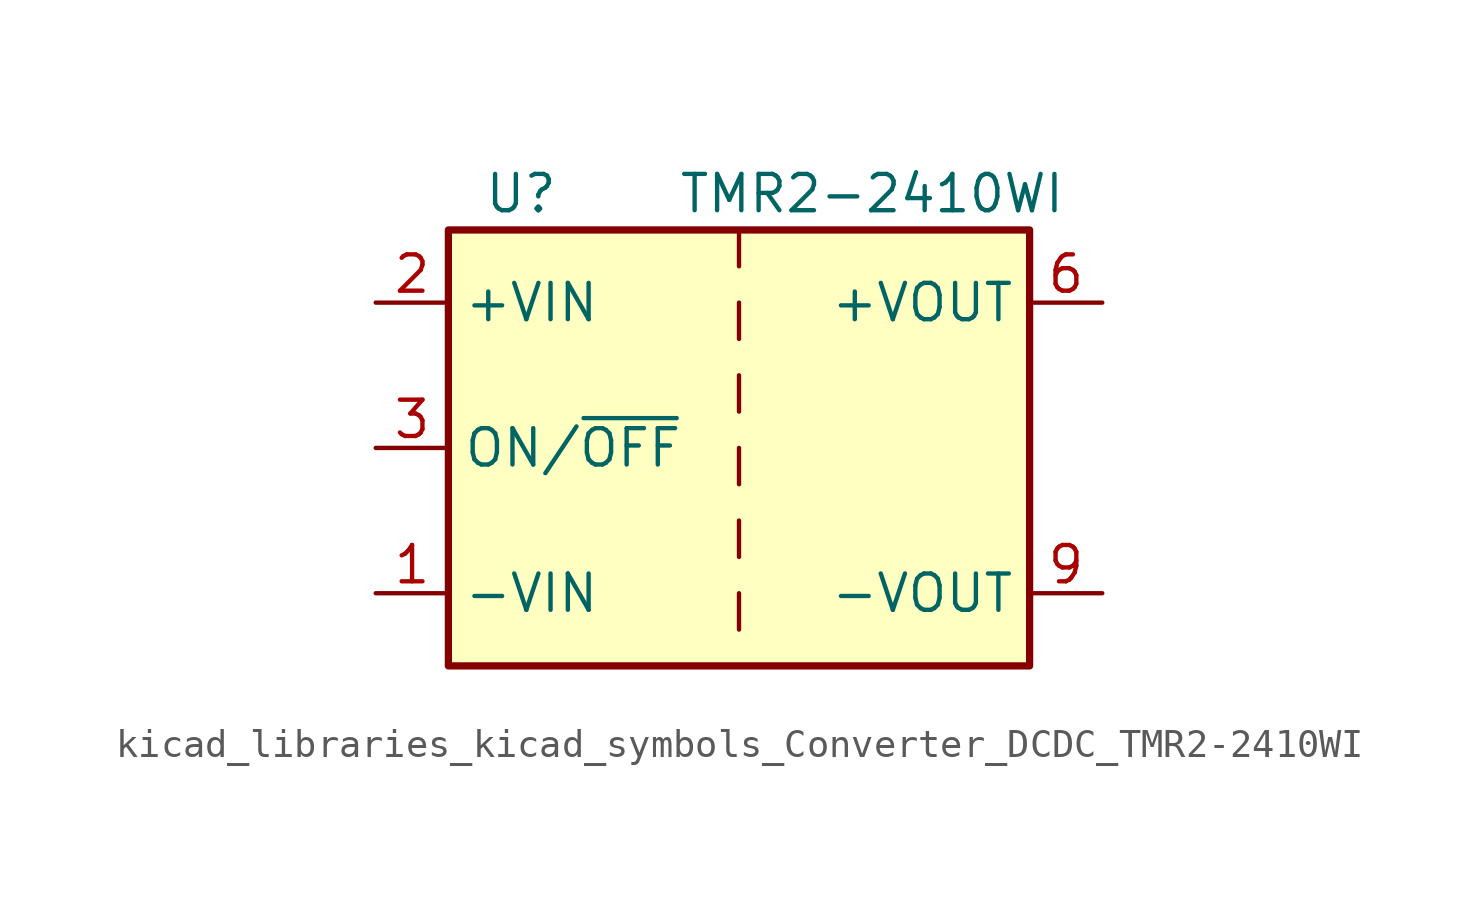
<source format=kicad_sym>
(kicad_symbol_lib
  (version 20220914)
  (generator kicad_symbol_editor)
  (symbol "kicad_libraries_kicad_symbols_Converter_DCDC_TMR2-2410WI"
    (property "Reference" "U"
      (at -7.62 8.89 0)
      (effects (font (size 1.27 1.27))))
    (property "Value" "TMR2-2410WI"
      (at 11.43 8.89 0)
      (effects (font (size 1.27 1.27)) (justify right)))
    (symbol "kicad_libraries_kicad_symbols_Converter_DCDC_TMR2-2410WI_0_1"
      (rectangle (start -10.16 7.62) (end 10.16 -7.62) (stroke (width 0.254) (type default)) (fill (type background)))
      (polyline (pts (xy 0 -5.08) (xy 0 -6.35)) (stroke (width 0) (type default)) (fill (type none)))
      (polyline (pts (xy 0 -2.54) (xy 0 -3.81)) (stroke (width 0) (type default)) (fill (type none)))
      (polyline (pts (xy 0 0) (xy 0 -1.27)) (stroke (width 0) (type default)) (fill (type none)))
      (polyline (pts (xy 0 2.54) (xy 0 1.27)) (stroke (width 0) (type default)) (fill (type none)))
      (polyline (pts (xy 0 5.08) (xy 0 3.81)) (stroke (width 0) (type default)) (fill (type none)))
      (polyline (pts (xy 0 7.62) (xy 0 6.35)) (stroke (width 0) (type default)) (fill (type none))))
    (symbol "kicad_libraries_kicad_symbols_Converter_DCDC_TMR2-2410WI_1_1"
      (pin power_in line (at -12.7 -5.08 0) (length 2.54) (name "-VIN" (effects (font (size 1.27 1.27)))) (number "1" (effects (font (size 1.27 1.27)))))
      (pin power_in line (at -12.7 5.08 0) (length 2.54) (name "+VIN" (effects (font (size 1.27 1.27)))) (number "2" (effects (font (size 1.27 1.27)))))
      (pin input line (at -12.7 0 0) (length 2.54) (name "ON/~{OFF}" (effects (font (size 1.27 1.27)))) (number "3" (effects (font (size 1.27 1.27)))))
      (pin power_out line (at 12.7 5.08 180) (length 2.54) (name "+VOUT" (effects (font (size 1.27 1.27)))) (number "6" (effects (font (size 1.27 1.27)))))
      (pin no_connect line (at 10.16 2.54 180) (length 2.54) hide (name "NC" (effects (font (size 1.27 1.27)))) (number "7" (effects (font (size 1.27 1.27)))))
      (pin no_connect line (at 10.16 0 180) (length 2.54) hide (name "NC" (effects (font (size 1.27 1.27)))) (number "8" (effects (font (size 1.27 1.27)))))
      (pin power_out line (at 12.7 -5.08 180) (length 2.54) (name "-VOUT" (effects (font (size 1.27 1.27)))) (number "9" (effects (font (size 1.27 1.27))))))))
</source>
